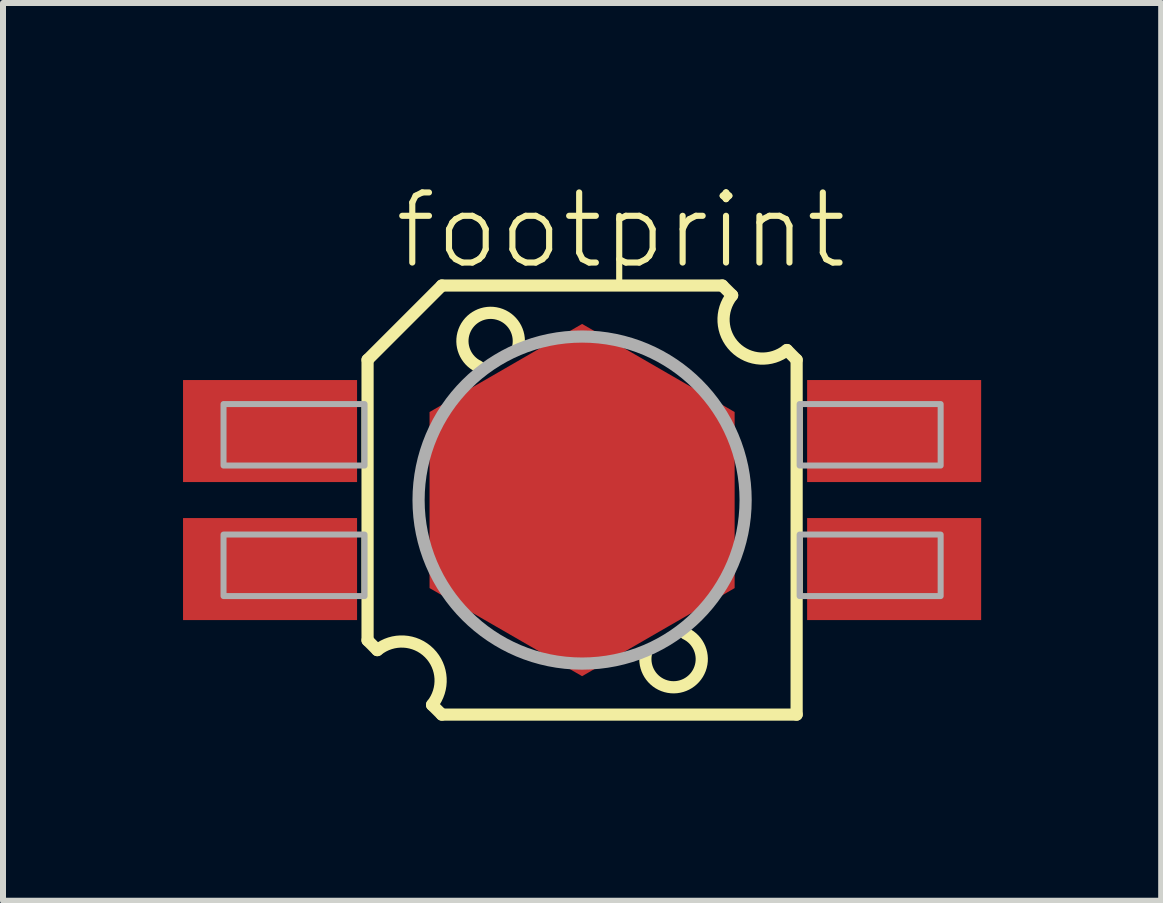
<source format=kicad_pcb>
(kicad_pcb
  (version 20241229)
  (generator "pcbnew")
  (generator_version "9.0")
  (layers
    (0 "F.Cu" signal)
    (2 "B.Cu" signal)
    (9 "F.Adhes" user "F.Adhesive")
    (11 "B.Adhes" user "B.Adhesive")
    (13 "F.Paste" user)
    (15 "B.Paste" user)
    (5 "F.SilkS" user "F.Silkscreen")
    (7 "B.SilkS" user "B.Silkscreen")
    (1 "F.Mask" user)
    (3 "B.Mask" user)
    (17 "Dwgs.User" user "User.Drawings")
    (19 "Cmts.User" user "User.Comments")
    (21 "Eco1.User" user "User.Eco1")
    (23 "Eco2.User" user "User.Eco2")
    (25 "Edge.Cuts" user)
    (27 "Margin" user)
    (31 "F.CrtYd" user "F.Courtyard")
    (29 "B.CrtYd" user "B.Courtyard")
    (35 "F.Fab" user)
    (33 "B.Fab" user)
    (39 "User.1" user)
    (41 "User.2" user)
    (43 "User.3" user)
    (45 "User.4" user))
  (footprint "footprint"
    (layer "F.Cu")
    (at 6.65 5.283)
    (property "Reference" "footprint" (at -3.175 -3.81 0) (layer "F.SilkS") (effects (font (size 1.168 1.168) (thickness 0.102)) (justify left bottom)))
    (fp_poly (pts (xy 2.542 -1.467) (xy 2.542 1.467) (xy 0 2.935) (xy -2.542 1.467) (xy -2.542 -1.467) (xy 0 -2.935)) (stroke (width 0) (type solid)) (fill yes) (layer "F.Cu"))
    (fp_poly (pts (xy 2.542 -1.467) (xy 2.542 1.467) (xy 0 2.935) (xy -2.542 1.467) (xy -2.542 -1.467) (xy 0 -2.935)) (stroke (width 0) (type solid)) (fill yes) (layer "F.Mask"))
    (fp_line (start -3.575 -2.337) (end -2.337 -3.575) (stroke (width 0.203) (type solid)) (layer "F.SilkS"))
    (fp_line (start -3.575 2.337) (end -3.575 -2.337) (stroke (width 0.203) (type solid)) (layer "F.SilkS"))
    (fp_line (start -3.413 2.5) (end -3.575 2.337) (stroke (width 0.203) (type solid)) (layer "F.SilkS"))
    (fp_line (start -2.337 -3.575) (end 2.337 -3.575) (stroke (width 0.203) (type solid)) (layer "F.SilkS"))
    (fp_line (start -2.337 3.575) (end -2.5 3.413) (stroke (width 0.203) (type solid)) (layer "F.SilkS"))
    (fp_line (start 2.337 -3.575) (end 2.5 -3.413) (stroke (width 0.203) (type solid)) (layer "F.SilkS"))
    (fp_line (start 3.413 -2.5) (end 3.575 -2.337) (stroke (width 0.203) (type solid)) (layer "F.SilkS"))
    (fp_line (start 3.575 -2.337) (end 3.575 3.575) (stroke (width 0.203) (type solid)) (layer "F.SilkS"))
    (fp_line (start 3.575 3.575) (end -2.337 3.575) (stroke (width 0.203) (type solid)) (layer "F.SilkS"))
    (fp_arc (start -3.4125 2.5) (mid -2.547491 2.547491) (end -2.5 3.4125) (stroke (width 0.2032) (type solid)) (layer "F.SilkS"))
    (fp_arc (start -1.725 -2.225) (mid -1.73764 -3.068795) (end -1.0625 -2.562498) (stroke (width 0.2032) (type solid)) (layer "F.SilkS"))
    (fp_arc (start 1.725 2.225) (mid 1.73764 3.068795) (end 1.0625 2.562498) (stroke (width 0.2032) (type solid)) (layer "F.SilkS"))
    (fp_arc (start 3.4125 -2.5) (mid 2.547491 -2.547491) (end 2.5 -3.4125) (stroke (width 0.2032) (type solid)) (layer "F.SilkS"))
    (fp_poly (pts (xy 2.542 -1.467) (xy 2.542 1.467) (xy 0 2.935) (xy -2.542 1.467) (xy -2.542 -1.467) (xy 0 -2.935)) (stroke (width 0) (type solid)) (fill yes) (layer "F.Paste"))
    (fp_circle (center 0 0) (end 2.725 0) (stroke (width 0.203) (type solid)) (fill no) (layer "F.Fab"))
    (fp_poly (pts (xy -5.975 -0.575) (xy -3.625 -0.575) (xy -3.625 -1.6) (xy -5.975 -1.6)) (stroke (width 0.1) (type solid)) (fill no) (layer "F.Fab"))
    (fp_poly (pts (xy -5.975 1.6) (xy -3.625 1.6) (xy -3.625 0.575) (xy -5.975 0.575)) (stroke (width 0.1) (type solid)) (fill no) (layer "F.Fab"))
    (fp_poly (pts (xy 5.975 -1.6) (xy 3.625 -1.6) (xy 3.625 -0.575) (xy 5.975 -0.575)) (stroke (width 0.1) (type solid)) (fill no) (layer "F.Fab"))
    (fp_poly (pts (xy 5.975 0.575) (xy 3.625 0.575) (xy 3.625 1.6) (xy 5.975 1.6)) (stroke (width 0.1) (type solid)) (fill no) (layer "F.Fab"))
    (pad "1NC" smd rect (at -5.2 -1.15) (size 2.9 1.7) (layers "F.Cu" "F.Mask" "F.Paste"))
    (pad "2+" smd rect (at -5.2 1.15) (size 2.9 1.7) (layers "F.Cu" "F.Mask" "F.Paste"))
    (pad "3NC" smd rect (at 5.2 1.15 180) (size 2.9 1.7) (layers "F.Cu" "F.Mask" "F.Paste"))
    (pad "4-" smd rect (at 5.2 -1.15 180) (size 2.9 1.7) (layers "F.Cu" "F.Mask" "F.Paste")))
  (gr_rect
    (start -3 -3)
    (end 16.3 11.96)
    (stroke (width 0.1) (type default))
    (fill no)
    (layer "Edge.Cuts")))
</source>
